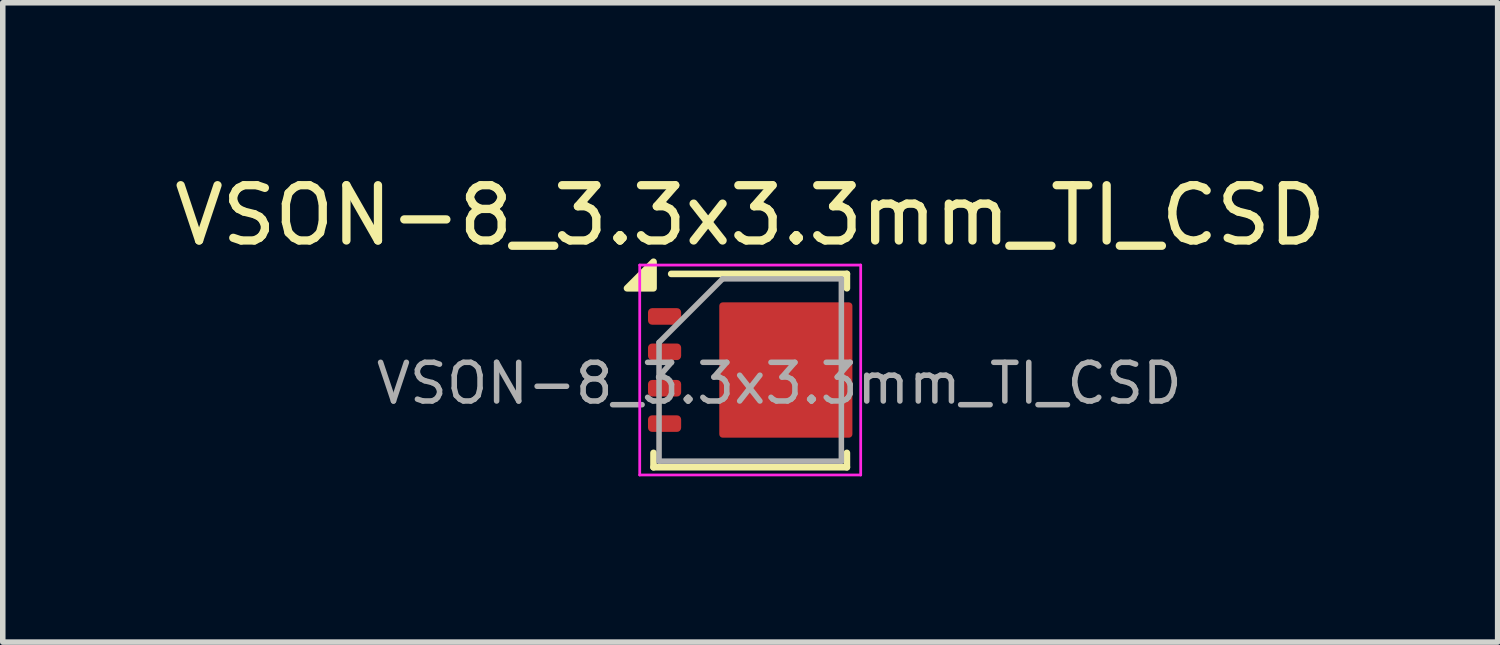
<source format=kicad_pcb>
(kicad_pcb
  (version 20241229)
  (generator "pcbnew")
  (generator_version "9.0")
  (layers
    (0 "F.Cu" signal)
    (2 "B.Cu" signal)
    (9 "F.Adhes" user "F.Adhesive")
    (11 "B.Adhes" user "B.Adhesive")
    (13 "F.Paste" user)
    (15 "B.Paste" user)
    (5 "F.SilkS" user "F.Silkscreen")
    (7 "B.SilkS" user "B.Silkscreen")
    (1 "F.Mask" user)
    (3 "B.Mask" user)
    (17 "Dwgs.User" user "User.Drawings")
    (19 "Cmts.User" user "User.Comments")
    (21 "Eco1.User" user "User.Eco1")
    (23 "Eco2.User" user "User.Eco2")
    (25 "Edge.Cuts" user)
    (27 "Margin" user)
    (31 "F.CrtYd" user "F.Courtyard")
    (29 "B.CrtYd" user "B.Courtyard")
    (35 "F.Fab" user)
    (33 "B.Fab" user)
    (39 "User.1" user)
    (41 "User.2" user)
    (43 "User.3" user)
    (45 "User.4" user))
  (footprint "VSON-8_3.3x3.3mm_TI_CSD"
    (layer "F.Cu")
    (at 10.53 3.648)
    (property "Reference" "VSON-8_3.3x3.3mm_TI_CSD" (at 0 -2.8 0) (layer "F.SilkS") (effects (font (size 1 1) (thickness 0.15))))
    (attr smd)
    (fp_line (start -0.56 -1.175) (end -0.56 1.175) (stroke (width 0.1) (type default)) (layer "F.Mask"))
    (fp_line (start -0.51 1.225) (end 1.05 1.225) (stroke (width 0.1) (type default)) (layer "F.Mask"))
    (fp_line (start 1.09 -1.225) (end -0.51 -1.225) (stroke (width 0.1) (type default)) (layer "F.Mask"))
    (fp_line (start 1.1 1.175) (end 1.1 1.17) (stroke (width 0.1) (type default)) (layer "F.Mask"))
    (fp_line (start 1.14 -1.17) (end 1.14 -1.175) (stroke (width 0.1) (type default)) (layer "F.Mask"))
    (fp_line (start 1.14 -0.53) (end 1.14 -0.77) (stroke (width 0.1) (type default)) (layer "F.Mask"))
    (fp_line (start 1.14 0.13) (end 1.14 -0.13) (stroke (width 0.1) (type default)) (layer "F.Mask"))
    (fp_line (start 1.14 0.77) (end 1.14 0.53) (stroke (width 0.1) (type default)) (layer "F.Mask"))
    (fp_line (start 1.15 1.12) (end 1.69 1.12) (stroke (width 0.1) (type default)) (layer "F.Mask"))
    (fp_line (start 1.19 -0.82) (end 1.69 -0.82) (stroke (width 0.1) (type default)) (layer "F.Mask"))
    (fp_line (start 1.19 -0.18) (end 1.69 -0.18) (stroke (width 0.1) (type default)) (layer "F.Mask"))
    (fp_line (start 1.19 0.48) (end 1.69 0.48) (stroke (width 0.1) (type default)) (layer "F.Mask"))
    (fp_line (start 1.69 -1.12) (end 1.19 -1.12) (stroke (width 0.1) (type default)) (layer "F.Mask"))
    (fp_line (start 1.69 -0.48) (end 1.19 -0.48) (stroke (width 0.1) (type default)) (layer "F.Mask"))
    (fp_line (start 1.69 0.18) (end 1.19 0.18) (stroke (width 0.1) (type default)) (layer "F.Mask"))
    (fp_line (start 1.69 0.82) (end 1.19 0.82) (stroke (width 0.1) (type default)) (layer "F.Mask"))
    (fp_line (start 1.74 -0.87) (end 1.74 -1.07) (stroke (width 0.1) (type default)) (layer "F.Mask"))
    (fp_line (start 1.74 -0.23) (end 1.74 -0.43) (stroke (width 0.1) (type default)) (layer "F.Mask"))
    (fp_line (start 1.74 0.43) (end 1.74 0.23) (stroke (width 0.1) (type default)) (layer "F.Mask"))
    (fp_line (start 1.74 1.07) (end 1.74 0.87) (stroke (width 0.1) (type default)) (layer "F.Mask"))
    (fp_arc (start -0.56 -1.175) (mid -0.545355 -1.210355) (end -0.51 -1.225) (stroke (width 0.1) (type default)) (layer "F.Mask"))
    (fp_arc (start -0.51 1.225) (mid -0.545355 1.210355) (end -0.56 1.175) (stroke (width 0.1) (type default)) (layer "F.Mask"))
    (fp_arc (start 1.09 -1.225) (mid 1.125355 -1.210355) (end 1.14 -1.175) (stroke (width 0.1) (type default)) (layer "F.Mask"))
    (fp_arc (start 1.1 1.17) (mid 1.114645 1.134645) (end 1.15 1.12) (stroke (width 0.1) (type default)) (layer "F.Mask"))
    (fp_arc (start 1.1 1.175) (mid 1.085355 1.210355) (end 1.05 1.225) (stroke (width 0.1) (type default)) (layer "F.Mask"))
    (fp_arc (start 1.14 -0.77) (mid 1.154645 -0.805355) (end 1.19 -0.82) (stroke (width 0.1) (type default)) (layer "F.Mask"))
    (fp_arc (start 1.14 -0.13) (mid 1.154645 -0.165355) (end 1.19 -0.18) (stroke (width 0.1) (type default)) (layer "F.Mask"))
    (fp_arc (start 1.14 0.53) (mid 1.154645 0.494645) (end 1.19 0.48) (stroke (width 0.1) (type default)) (layer "F.Mask"))
    (fp_arc (start 1.19 -1.12) (mid 1.154645 -1.134645) (end 1.14 -1.17) (stroke (width 0.1) (type default)) (layer "F.Mask"))
    (fp_arc (start 1.19 -0.48) (mid 1.154645 -0.494645) (end 1.14 -0.53) (stroke (width 0.1) (type default)) (layer "F.Mask"))
    (fp_arc (start 1.19 0.18) (mid 1.154645 0.165355) (end 1.14 0.13) (stroke (width 0.1) (type default)) (layer "F.Mask"))
    (fp_arc (start 1.19 0.82) (mid 1.154645 0.805355) (end 1.14 0.77) (stroke (width 0.1) (type default)) (layer "F.Mask"))
    (fp_arc (start 1.69 -1.12) (mid 1.725355 -1.105355) (end 1.74 -1.07) (stroke (width 0.1) (type default)) (layer "F.Mask"))
    (fp_arc (start 1.69 -0.48) (mid 1.725355 -0.465355) (end 1.74 -0.43) (stroke (width 0.1) (type default)) (layer "F.Mask"))
    (fp_arc (start 1.69 0.18) (mid 1.725355 0.194645) (end 1.74 0.23) (stroke (width 0.1) (type default)) (layer "F.Mask"))
    (fp_arc (start 1.69 0.82) (mid 1.725355 0.834645) (end 1.74 0.87) (stroke (width 0.1) (type default)) (layer "F.Mask"))
    (fp_arc (start 1.74 -0.87) (mid 1.725355 -0.834645) (end 1.69 -0.82) (stroke (width 0.1) (type default)) (layer "F.Mask"))
    (fp_arc (start 1.74 -0.23) (mid 1.725355 -0.194645) (end 1.69 -0.18) (stroke (width 0.1) (type default)) (layer "F.Mask"))
    (fp_arc (start 1.74 0.43) (mid 1.725355 0.465355) (end 1.69 0.48) (stroke (width 0.1) (type default)) (layer "F.Mask"))
    (fp_arc (start 1.74 1.07) (mid 1.725355 1.105355) (end 1.69 1.12) (stroke (width 0.1) (type default)) (layer "F.Mask"))
    (fp_line (start -1.75 1.5) (end -1.75 1.76) (stroke (width 0.12) (type solid)) (layer "F.SilkS"))
    (fp_line (start -1.75 1.76) (end 1.75 1.76) (stroke (width 0.12) (type solid)) (layer "F.SilkS"))
    (fp_line (start -1.43 -1.74) (end 1.75 -1.74) (stroke (width 0.12) (type solid)) (layer "F.SilkS"))
    (fp_line (start 1.75 -1.74) (end 1.75 -1.48) (stroke (width 0.12) (type solid)) (layer "F.SilkS"))
    (fp_line (start 1.75 1.5) (end 1.75 1.76) (stroke (width 0.12) (type solid)) (layer "F.SilkS"))
    (fp_poly (pts (xy -1.75 -1.48) (xy -2.23 -1.48) (xy -1.75 -1.96) (xy -1.75 -1.48)) (stroke (width 0.12) (type solid)) (fill yes) (layer "F.SilkS"))
    (fp_line (start -2 -1.9) (end -2 1.9) (stroke (width 0.05) (type solid)) (layer "F.CrtYd"))
    (fp_line (start -2 -1.9) (end 2 -1.9) (stroke (width 0.05) (type solid)) (layer "F.CrtYd"))
    (fp_line (start -2 1.9) (end 2 1.9) (stroke (width 0.05) (type solid)) (layer "F.CrtYd"))
    (fp_line (start 2 -1.9) (end 2 1.9) (stroke (width 0.05) (type solid)) (layer "F.CrtYd"))
    (fp_line (start -1.65 -0.5) (end -0.5 -1.65) (stroke (width 0.1) (type solid)) (layer "F.Fab"))
    (fp_line (start -1.65 1.65) (end -1.65 -0.5) (stroke (width 0.1) (type solid)) (layer "F.Fab"))
    (fp_line (start -0.5 -1.65) (end 1.65 -1.65) (stroke (width 0.1) (type solid)) (layer "F.Fab"))
    (fp_line (start 1.65 -1.65) (end 1.65 1.65) (stroke (width 0.1) (type solid)) (layer "F.Fab"))
    (fp_line (start 1.65 1.65) (end -1.65 1.65) (stroke (width 0.1) (type solid)) (layer "F.Fab"))
    (fp_text user "${REFERENCE}" (at 0.526 0.242 0) (layer "F.Fab") (effects (font (size 0.7 0.7) (thickness 0.1))))
    (pad "" smd roundrect (at -0.16 -0.61) (size 0.705 1.125) (layers "F.Paste") (roundrect_rratio 0.071))
    (pad "" smd roundrect (at -0.16 0.61) (size 0.705 1.125) (layers "F.Paste") (roundrect_rratio 0.071))
    (pad "" smd roundrect (at 0.67 -0.61) (size 0.705 1.125) (layers "F.Paste") (roundrect_rratio 0.071))
    (pad "" smd roundrect (at 0.67 0.61) (size 0.705 1.125) (layers "F.Paste") (roundrect_rratio 0.071))
    (pad "" smd roundrect (at 1.44 -0.973) (size 0.6 0.3) (layers "F.Paste") (roundrect_rratio 0.25))
    (pad "" smd roundrect (at 1.44 -0.33) (size 0.6 0.3) (layers "F.Paste") (roundrect_rratio 0.25))
    (pad "" smd roundrect (at 1.44 0.33) (size 0.6 0.3) (layers "F.Paste") (roundrect_rratio 0.25))
    (pad "" smd roundrect (at 1.44 0.973) (size 0.6 0.3) (layers "F.Paste") (roundrect_rratio 0.25))
    (pad "1" smd roundrect (at -1.55 -0.97) (size 0.6 0.3) (layers "F.Cu" "F.Mask" "F.Paste") (roundrect_rratio 0.25))
    (pad "2" smd roundrect (at -1.55 -0.33) (size 0.6 0.3) (layers "F.Cu" "F.Mask" "F.Paste") (roundrect_rratio 0.25))
    (pad "3" smd roundrect (at -1.55 0.33) (size 0.6 0.3) (layers "F.Cu" "F.Mask" "F.Paste") (roundrect_rratio 0.25))
    (pad "4" smd roundrect (at -1.55 0.97) (size 0.6 0.3) (layers "F.Cu" "F.Mask" "F.Paste") (roundrect_rratio 0.25))
    (pad "5" smd roundrect (at 0.645 0) (size 2.41 2.45) (layers "F.Cu" "F.Mask") (roundrect_rratio 0.026)))
  (gr_rect
    (start -3 -3)
    (end 24.06 8.573)
    (stroke (width 0.1) (type default))
    (fill no)
    (layer "Edge.Cuts")))
</source>
